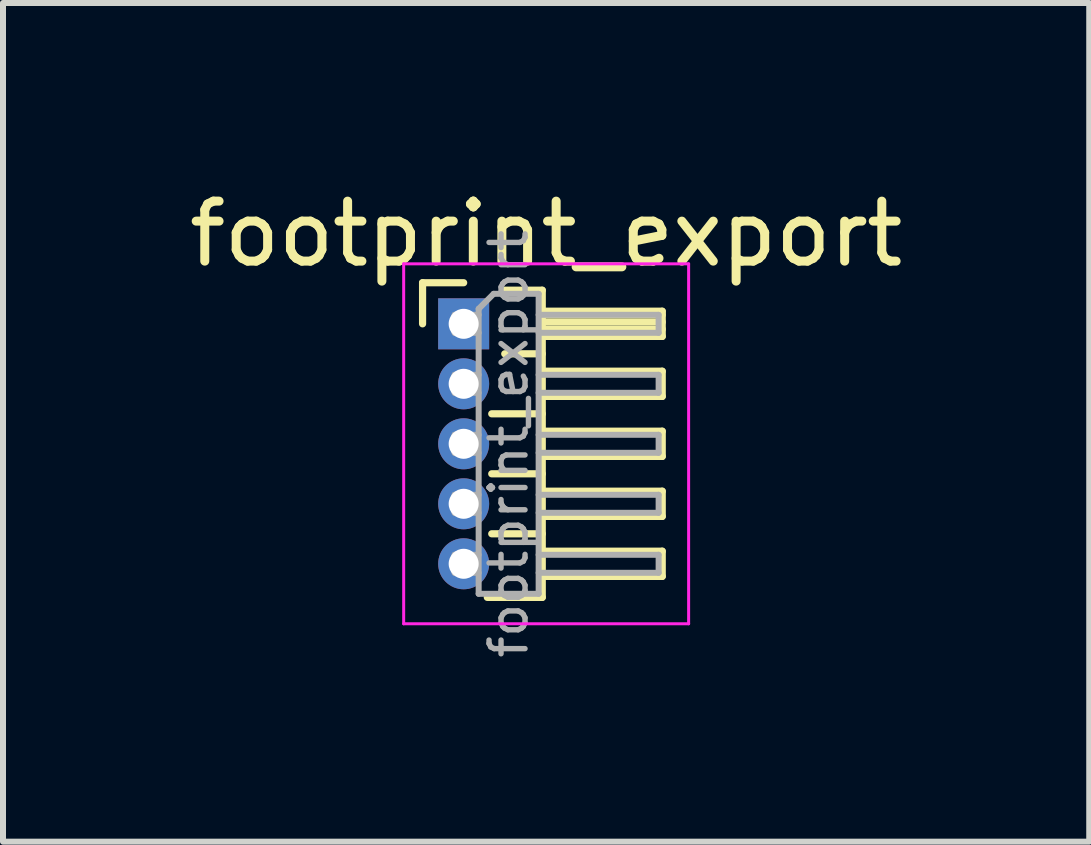
<source format=kicad_pcb>
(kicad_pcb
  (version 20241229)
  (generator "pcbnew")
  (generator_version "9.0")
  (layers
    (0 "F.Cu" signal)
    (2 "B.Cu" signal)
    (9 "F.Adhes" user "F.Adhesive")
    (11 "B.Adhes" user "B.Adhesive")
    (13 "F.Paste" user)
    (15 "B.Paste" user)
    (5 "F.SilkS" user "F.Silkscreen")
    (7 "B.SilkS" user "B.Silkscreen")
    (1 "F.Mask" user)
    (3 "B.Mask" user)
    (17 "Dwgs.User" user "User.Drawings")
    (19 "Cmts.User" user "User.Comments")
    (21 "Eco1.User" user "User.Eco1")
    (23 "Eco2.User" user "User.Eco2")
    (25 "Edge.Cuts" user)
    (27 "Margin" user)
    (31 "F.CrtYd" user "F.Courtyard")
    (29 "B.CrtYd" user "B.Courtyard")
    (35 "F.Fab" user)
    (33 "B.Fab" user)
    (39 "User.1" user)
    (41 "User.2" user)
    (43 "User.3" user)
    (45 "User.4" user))
  (footprint "footprint_export"
    (layer "F.Cu")
    (at 4.679 2.348)
    (property "Reference" "footprint_export" (at 1.375 -1.5 0) (layer "F.SilkS") (effects (font (size 1 1) (thickness 0.15))))
    (attr through_hole)
    (fp_line (start -0.685 -0.685) (end 0 -0.685) (stroke (width 0.12) (type solid)) (layer "F.SilkS"))
    (fp_line (start -0.685 0) (end -0.685 -0.685) (stroke (width 0.12) (type solid)) (layer "F.SilkS"))
    (fp_line (start 0.468 1.5) (end 1.31 1.5) (stroke (width 0.12) (type solid)) (layer "F.SilkS"))
    (fp_line (start 0.468 2.5) (end 1.31 2.5) (stroke (width 0.12) (type solid)) (layer "F.SilkS"))
    (fp_line (start 0.468 3.5) (end 1.31 3.5) (stroke (width 0.12) (type solid)) (layer "F.SilkS"))
    (fp_line (start 0.685 -0.56) (end 1.31 -0.56) (stroke (width 0.12) (type solid)) (layer "F.SilkS"))
    (fp_line (start 0.685 0.5) (end 1.31 0.5) (stroke (width 0.12) (type solid)) (layer "F.SilkS"))
    (fp_line (start 1.31 -0.56) (end 1.31 4.56) (stroke (width 0.12) (type solid)) (layer "F.SilkS"))
    (fp_line (start 1.31 -0.21) (end 3.31 -0.21) (stroke (width 0.12) (type solid)) (layer "F.SilkS"))
    (fp_line (start 1.31 -0.15) (end 3.31 -0.15) (stroke (width 0.12) (type solid)) (layer "F.SilkS"))
    (fp_line (start 1.31 -0.03) (end 3.31 -0.03) (stroke (width 0.12) (type solid)) (layer "F.SilkS"))
    (fp_line (start 1.31 0.09) (end 3.31 0.09) (stroke (width 0.12) (type solid)) (layer "F.SilkS"))
    (fp_line (start 1.31 0.79) (end 3.31 0.79) (stroke (width 0.12) (type solid)) (layer "F.SilkS"))
    (fp_line (start 1.31 1.79) (end 3.31 1.79) (stroke (width 0.12) (type solid)) (layer "F.SilkS"))
    (fp_line (start 1.31 2.79) (end 3.31 2.79) (stroke (width 0.12) (type solid)) (layer "F.SilkS"))
    (fp_line (start 1.31 3.79) (end 3.31 3.79) (stroke (width 0.12) (type solid)) (layer "F.SilkS"))
    (fp_line (start 1.31 4.56) (end 0.394 4.56) (stroke (width 0.12) (type solid)) (layer "F.SilkS"))
    (fp_line (start 3.31 -0.21) (end 3.31 0.21) (stroke (width 0.12) (type solid)) (layer "F.SilkS"))
    (fp_line (start 3.31 0.21) (end 1.31 0.21) (stroke (width 0.12) (type solid)) (layer "F.SilkS"))
    (fp_line (start 3.31 0.79) (end 3.31 1.21) (stroke (width 0.12) (type solid)) (layer "F.SilkS"))
    (fp_line (start 3.31 1.21) (end 1.31 1.21) (stroke (width 0.12) (type solid)) (layer "F.SilkS"))
    (fp_line (start 3.31 1.79) (end 3.31 2.21) (stroke (width 0.12) (type solid)) (layer "F.SilkS"))
    (fp_line (start 3.31 2.21) (end 1.31 2.21) (stroke (width 0.12) (type solid)) (layer "F.SilkS"))
    (fp_line (start 3.31 2.79) (end 3.31 3.21) (stroke (width 0.12) (type solid)) (layer "F.SilkS"))
    (fp_line (start 3.31 3.21) (end 1.31 3.21) (stroke (width 0.12) (type solid)) (layer "F.SilkS"))
    (fp_line (start 3.31 3.79) (end 3.31 4.21) (stroke (width 0.12) (type solid)) (layer "F.SilkS"))
    (fp_line (start 3.31 4.21) (end 1.31 4.21) (stroke (width 0.12) (type solid)) (layer "F.SilkS"))
    (fp_line (start -1 -1) (end -1 5) (stroke (width 0.05) (type solid)) (layer "F.CrtYd"))
    (fp_line (start -1 5) (end 3.75 5) (stroke (width 0.05) (type solid)) (layer "F.CrtYd"))
    (fp_line (start 3.75 -1) (end -1 -1) (stroke (width 0.05) (type solid)) (layer "F.CrtYd"))
    (fp_line (start 3.75 5) (end 3.75 -1) (stroke (width 0.05) (type solid)) (layer "F.CrtYd"))
    (fp_line (start -0.15 -0.15) (end -0.15 0.15) (stroke (width 0.1) (type solid)) (layer "F.Fab"))
    (fp_line (start -0.15 -0.15) (end 0.25 -0.15) (stroke (width 0.1) (type solid)) (layer "F.Fab"))
    (fp_line (start -0.15 0.15) (end 0.25 0.15) (stroke (width 0.1) (type solid)) (layer "F.Fab"))
    (fp_line (start -0.15 0.85) (end -0.15 1.15) (stroke (width 0.1) (type solid)) (layer "F.Fab"))
    (fp_line (start -0.15 0.85) (end 0.25 0.85) (stroke (width 0.1) (type solid)) (layer "F.Fab"))
    (fp_line (start -0.15 1.15) (end 0.25 1.15) (stroke (width 0.1) (type solid)) (layer "F.Fab"))
    (fp_line (start -0.15 1.85) (end -0.15 2.15) (stroke (width 0.1) (type solid)) (layer "F.Fab"))
    (fp_line (start -0.15 1.85) (end 0.25 1.85) (stroke (width 0.1) (type solid)) (layer "F.Fab"))
    (fp_line (start -0.15 2.15) (end 0.25 2.15) (stroke (width 0.1) (type solid)) (layer "F.Fab"))
    (fp_line (start -0.15 2.85) (end -0.15 3.15) (stroke (width 0.1) (type solid)) (layer "F.Fab"))
    (fp_line (start -0.15 2.85) (end 0.25 2.85) (stroke (width 0.1) (type solid)) (layer "F.Fab"))
    (fp_line (start -0.15 3.15) (end 0.25 3.15) (stroke (width 0.1) (type solid)) (layer "F.Fab"))
    (fp_line (start -0.15 3.85) (end -0.15 4.15) (stroke (width 0.1) (type solid)) (layer "F.Fab"))
    (fp_line (start -0.15 3.85) (end 0.25 3.85) (stroke (width 0.1) (type solid)) (layer "F.Fab"))
    (fp_line (start -0.15 4.15) (end 0.25 4.15) (stroke (width 0.1) (type solid)) (layer "F.Fab"))
    (fp_line (start 0.25 -0.25) (end 0.5 -0.5) (stroke (width 0.1) (type solid)) (layer "F.Fab"))
    (fp_line (start 0.25 4.5) (end 0.25 -0.25) (stroke (width 0.1) (type solid)) (layer "F.Fab"))
    (fp_line (start 0.5 -0.5) (end 1.25 -0.5) (stroke (width 0.1) (type solid)) (layer "F.Fab"))
    (fp_line (start 1.25 -0.5) (end 1.25 4.5) (stroke (width 0.1) (type solid)) (layer "F.Fab"))
    (fp_line (start 1.25 -0.15) (end 3.25 -0.15) (stroke (width 0.1) (type solid)) (layer "F.Fab"))
    (fp_line (start 1.25 0.15) (end 3.25 0.15) (stroke (width 0.1) (type solid)) (layer "F.Fab"))
    (fp_line (start 1.25 0.85) (end 3.25 0.85) (stroke (width 0.1) (type solid)) (layer "F.Fab"))
    (fp_line (start 1.25 1.15) (end 3.25 1.15) (stroke (width 0.1) (type solid)) (layer "F.Fab"))
    (fp_line (start 1.25 1.85) (end 3.25 1.85) (stroke (width 0.1) (type solid)) (layer "F.Fab"))
    (fp_line (start 1.25 2.15) (end 3.25 2.15) (stroke (width 0.1) (type solid)) (layer "F.Fab"))
    (fp_line (start 1.25 2.85) (end 3.25 2.85) (stroke (width 0.1) (type solid)) (layer "F.Fab"))
    (fp_line (start 1.25 3.15) (end 3.25 3.15) (stroke (width 0.1) (type solid)) (layer "F.Fab"))
    (fp_line (start 1.25 3.85) (end 3.25 3.85) (stroke (width 0.1) (type solid)) (layer "F.Fab"))
    (fp_line (start 1.25 4.15) (end 3.25 4.15) (stroke (width 0.1) (type solid)) (layer "F.Fab"))
    (fp_line (start 1.25 4.5) (end 0.25 4.5) (stroke (width 0.1) (type solid)) (layer "F.Fab"))
    (fp_line (start 3.25 -0.15) (end 3.25 0.15) (stroke (width 0.1) (type solid)) (layer "F.Fab"))
    (fp_line (start 3.25 0.85) (end 3.25 1.15) (stroke (width 0.1) (type solid)) (layer "F.Fab"))
    (fp_line (start 3.25 1.85) (end 3.25 2.15) (stroke (width 0.1) (type solid)) (layer "F.Fab"))
    (fp_line (start 3.25 2.85) (end 3.25 3.15) (stroke (width 0.1) (type solid)) (layer "F.Fab"))
    (fp_line (start 3.25 3.85) (end 3.25 4.15) (stroke (width 0.1) (type solid)) (layer "F.Fab"))
    (fp_text user "${REFERENCE}" (at 0.75 2 90) (layer "F.Fab") (effects (font (size 0.6 0.6) (thickness 0.09))))
    (pad "1" thru_hole rect (at 0 0) (size 0.85 0.85) (drill 0.5) (layers "*.Cu" "*.Mask"))
    (pad "2" thru_hole oval (at 0 1) (size 0.85 0.85) (drill 0.5) (layers "*.Cu" "*.Mask"))
    (pad "3" thru_hole oval (at 0 2) (size 0.85 0.85) (drill 0.5) (layers "*.Cu" "*.Mask"))
    (pad "4" thru_hole oval (at 0 3) (size 0.85 0.85) (drill 0.5) (layers "*.Cu" "*.Mask"))
    (pad "5" thru_hole oval (at 0 4) (size 0.85 0.85) (drill 0.5) (layers "*.Cu" "*.Mask")))
  (gr_rect
    (start -3 -3)
    (end 15.107 10.98)
    (stroke (width 0.1) (type default))
    (fill no)
    (layer "Edge.Cuts")))
</source>
